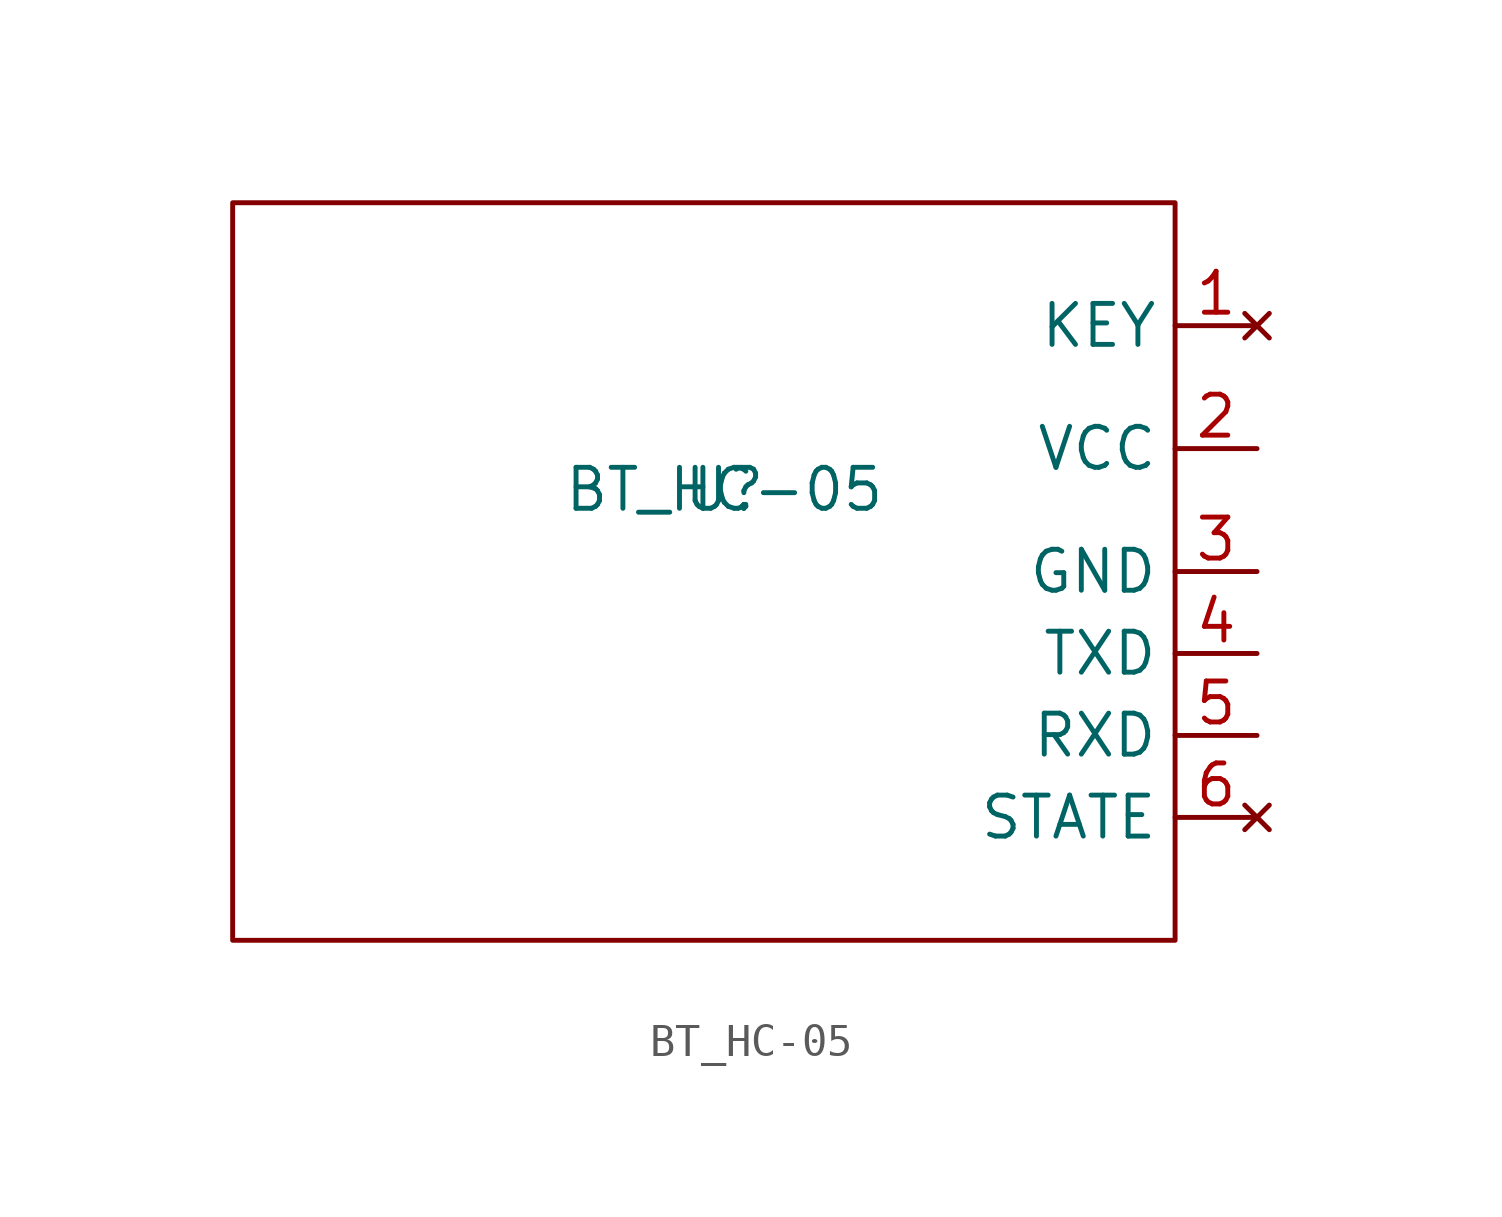
<source format=kicad_sym>
(kicad_symbol_lib
  (version 20211014)
  (generator kicad_symbol_editor)
  (symbol "BT_HC-05"
    (property "Reference" "U"
      (at 0 0 0)
      (effects (font (size 1.27 1.27))))
    (property "Value" "BT_HC-05"
      (at 0 0 0)
      (effects (font (size 1.27 1.27))))
    (symbol "BT_HC-05_0_1"
      (rectangle (start 13.97 8.89) (end -15.24 -13.97) (stroke (width 0) (type default) (color 0 0 0 0)) (fill (type none))))
    (symbol "BT_HC-05_1_1"
      (pin no_connect line (at 16.51 5.08 180) (length 2.54) (name "KEY" (effects (font (size 1.27 1.27)))) (number "1" (effects (font (size 1.27 1.27)))))
      (pin input line (at 16.51 1.27 180) (length 2.54) (name "VCC" (effects (font (size 1.27 1.27)))) (number "2" (effects (font (size 1.27 1.27)))))
      (pin input line (at 16.51 -2.54 180) (length 2.54) (name "GND" (effects (font (size 1.27 1.27)))) (number "3" (effects (font (size 1.27 1.27)))))
      (pin output line (at 16.51 -5.08 180) (length 2.54) (name "TXD" (effects (font (size 1.27 1.27)))) (number "4" (effects (font (size 1.27 1.27)))))
      (pin input line (at 16.51 -7.62 180) (length 2.54) (name "RXD" (effects (font (size 1.27 1.27)))) (number "5" (effects (font (size 1.27 1.27)))))
      (pin no_connect line (at 16.51 -10.16 180) (length 2.54) (name "STATE" (effects (font (size 1.27 1.27)))) (number "6" (effects (font (size 1.27 1.27))))))))
</source>
